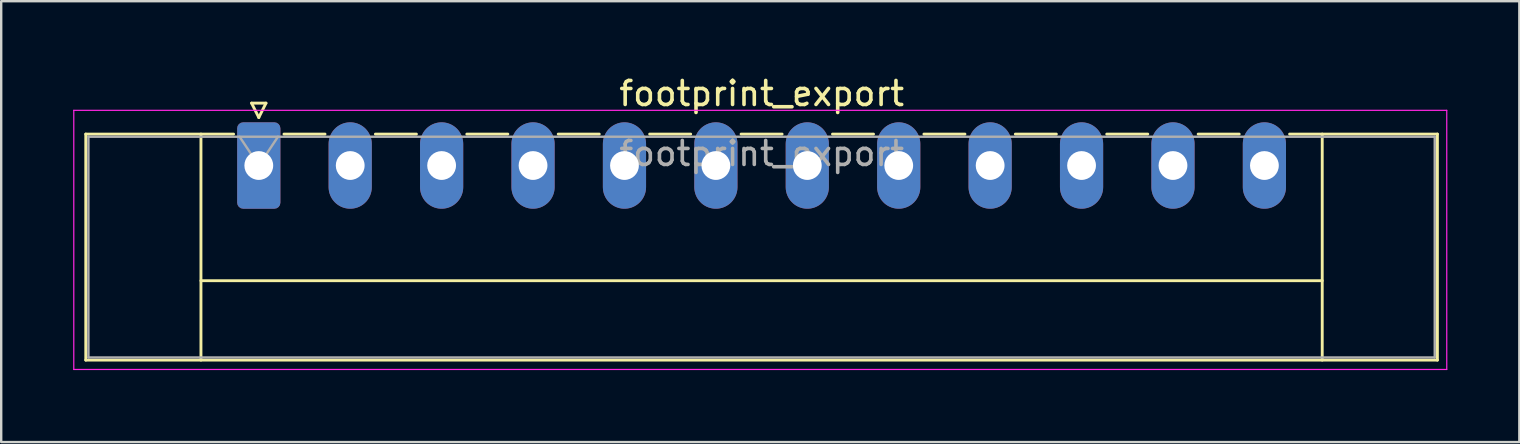
<source format=kicad_pcb>
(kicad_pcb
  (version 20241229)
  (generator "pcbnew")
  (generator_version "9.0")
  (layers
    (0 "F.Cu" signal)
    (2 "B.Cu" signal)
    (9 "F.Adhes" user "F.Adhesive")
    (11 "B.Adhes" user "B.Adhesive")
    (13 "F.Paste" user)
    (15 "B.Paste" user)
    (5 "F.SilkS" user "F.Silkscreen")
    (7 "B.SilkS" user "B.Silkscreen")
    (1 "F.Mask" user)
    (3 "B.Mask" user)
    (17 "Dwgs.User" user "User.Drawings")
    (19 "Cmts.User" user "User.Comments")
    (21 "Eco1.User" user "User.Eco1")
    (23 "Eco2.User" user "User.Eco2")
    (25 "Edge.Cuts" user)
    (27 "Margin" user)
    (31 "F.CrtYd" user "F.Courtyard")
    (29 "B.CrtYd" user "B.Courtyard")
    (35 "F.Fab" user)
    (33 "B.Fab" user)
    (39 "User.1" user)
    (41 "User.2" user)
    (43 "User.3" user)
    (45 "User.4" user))
  (footprint "footprint_export"
    (layer "F.Cu")
    (at 7.735 3.848)
    (property "Reference" "footprint_export" (at 20.96 -3 0) (layer "F.SilkS") (effects (font (size 1 1) (thickness 0.15))))
    (attr through_hole)
    (fp_line (start -7.21 -1.31) (end -7.21 8.11) (stroke (width 0.12) (type solid)) (layer "F.SilkS"))
    (fp_line (start -7.21 -1.31) (end -1.05 -1.31) (stroke (width 0.12) (type solid)) (layer "F.SilkS"))
    (fp_line (start -7.21 8.11) (end 49.12 8.11) (stroke (width 0.12) (type solid)) (layer "F.SilkS"))
    (fp_line (start -2.41 -1.31) (end -2.41 8.11) (stroke (width 0.12) (type solid)) (layer "F.SilkS"))
    (fp_line (start -2.41 4.8) (end 44.32 4.8) (stroke (width 0.12) (type solid)) (layer "F.SilkS"))
    (fp_line (start -0.3 -2.6) (end 0.3 -2.6) (stroke (width 0.12) (type solid)) (layer "F.SilkS"))
    (fp_line (start 0 -2) (end -0.3 -2.6) (stroke (width 0.12) (type solid)) (layer "F.SilkS"))
    (fp_line (start 0.3 -2.6) (end 0 -2) (stroke (width 0.12) (type solid)) (layer "F.SilkS"))
    (fp_line (start 1.05 -1.31) (end 2.76 -1.31) (stroke (width 0.12) (type solid)) (layer "F.SilkS"))
    (fp_line (start 4.86 -1.31) (end 6.57 -1.31) (stroke (width 0.12) (type solid)) (layer "F.SilkS"))
    (fp_line (start 8.67 -1.31) (end 10.38 -1.31) (stroke (width 0.12) (type solid)) (layer "F.SilkS"))
    (fp_line (start 12.48 -1.31) (end 14.19 -1.31) (stroke (width 0.12) (type solid)) (layer "F.SilkS"))
    (fp_line (start 16.29 -1.31) (end 18 -1.31) (stroke (width 0.12) (type solid)) (layer "F.SilkS"))
    (fp_line (start 20.1 -1.31) (end 21.81 -1.31) (stroke (width 0.12) (type solid)) (layer "F.SilkS"))
    (fp_line (start 23.91 -1.31) (end 25.62 -1.31) (stroke (width 0.12) (type solid)) (layer "F.SilkS"))
    (fp_line (start 27.72 -1.31) (end 29.43 -1.31) (stroke (width 0.12) (type solid)) (layer "F.SilkS"))
    (fp_line (start 31.53 -1.31) (end 33.24 -1.31) (stroke (width 0.12) (type solid)) (layer "F.SilkS"))
    (fp_line (start 35.34 -1.31) (end 37.05 -1.31) (stroke (width 0.12) (type solid)) (layer "F.SilkS"))
    (fp_line (start 39.15 -1.31) (end 40.86 -1.31) (stroke (width 0.12) (type solid)) (layer "F.SilkS"))
    (fp_line (start 44.32 -1.31) (end 44.32 8.11) (stroke (width 0.12) (type solid)) (layer "F.SilkS"))
    (fp_line (start 49.12 -1.31) (end 42.96 -1.31) (stroke (width 0.12) (type solid)) (layer "F.SilkS"))
    (fp_line (start 49.12 8.11) (end 49.12 -1.31) (stroke (width 0.12) (type solid)) (layer "F.SilkS"))
    (fp_line (start -7.71 -2.3) (end -7.71 8.5) (stroke (width 0.05) (type solid)) (layer "F.CrtYd"))
    (fp_line (start -7.71 8.5) (end 49.51 8.5) (stroke (width 0.05) (type solid)) (layer "F.CrtYd"))
    (fp_line (start 49.51 -2.3) (end -7.71 -2.3) (stroke (width 0.05) (type solid)) (layer "F.CrtYd"))
    (fp_line (start 49.51 8.5) (end 49.51 -2.3) (stroke (width 0.05) (type solid)) (layer "F.CrtYd"))
    (fp_line (start -7.1 -1.2) (end -7.1 8) (stroke (width 0.1) (type solid)) (layer "F.Fab"))
    (fp_line (start -7.1 8) (end 49.01 8) (stroke (width 0.1) (type solid)) (layer "F.Fab"))
    (fp_line (start 0 0) (end -0.8 -1.2) (stroke (width 0.1) (type solid)) (layer "F.Fab"))
    (fp_line (start 0.8 -1.2) (end 0 0) (stroke (width 0.1) (type solid)) (layer "F.Fab"))
    (fp_line (start 49.01 -1.2) (end -7.1 -1.2) (stroke (width 0.1) (type solid)) (layer "F.Fab"))
    (fp_line (start 49.01 8) (end 49.01 -1.2) (stroke (width 0.1) (type solid)) (layer "F.Fab"))
    (fp_text user "${REFERENCE}" (at 20.96 -0.5 0) (layer "F.Fab") (effects (font (size 1 1) (thickness 0.15))))
    (pad "1" thru_hole roundrect (at 0 0) (size 1.8 3.6) (drill 1.2) (layers "*.Cu" "*.Mask") (roundrect_rratio 0.139))
    (pad "2" thru_hole oval (at 3.81 0) (size 1.8 3.6) (drill 1.2) (layers "*.Cu" "*.Mask"))
    (pad "3" thru_hole oval (at 7.62 0) (size 1.8 3.6) (drill 1.2) (layers "*.Cu" "*.Mask"))
    (pad "4" thru_hole oval (at 11.43 0) (size 1.8 3.6) (drill 1.2) (layers "*.Cu" "*.Mask"))
    (pad "5" thru_hole oval (at 15.24 0) (size 1.8 3.6) (drill 1.2) (layers "*.Cu" "*.Mask"))
    (pad "6" thru_hole oval (at 19.05 0) (size 1.8 3.6) (drill 1.2) (layers "*.Cu" "*.Mask"))
    (pad "7" thru_hole oval (at 22.86 0) (size 1.8 3.6) (drill 1.2) (layers "*.Cu" "*.Mask"))
    (pad "8" thru_hole oval (at 26.67 0) (size 1.8 3.6) (drill 1.2) (layers "*.Cu" "*.Mask"))
    (pad "9" thru_hole oval (at 30.48 0) (size 1.8 3.6) (drill 1.2) (layers "*.Cu" "*.Mask"))
    (pad "10" thru_hole oval (at 34.29 0) (size 1.8 3.6) (drill 1.2) (layers "*.Cu" "*.Mask"))
    (pad "11" thru_hole oval (at 38.1 0) (size 1.8 3.6) (drill 1.2) (layers "*.Cu" "*.Mask"))
    (pad "12" thru_hole oval (at 41.91 0) (size 1.8 3.6) (drill 1.2) (layers "*.Cu" "*.Mask")))
  (gr_rect
    (start -3 -3)
    (end 60.27 15.373)
    (stroke (width 0.1) (type default))
    (fill no)
    (layer "Edge.Cuts")))
</source>
